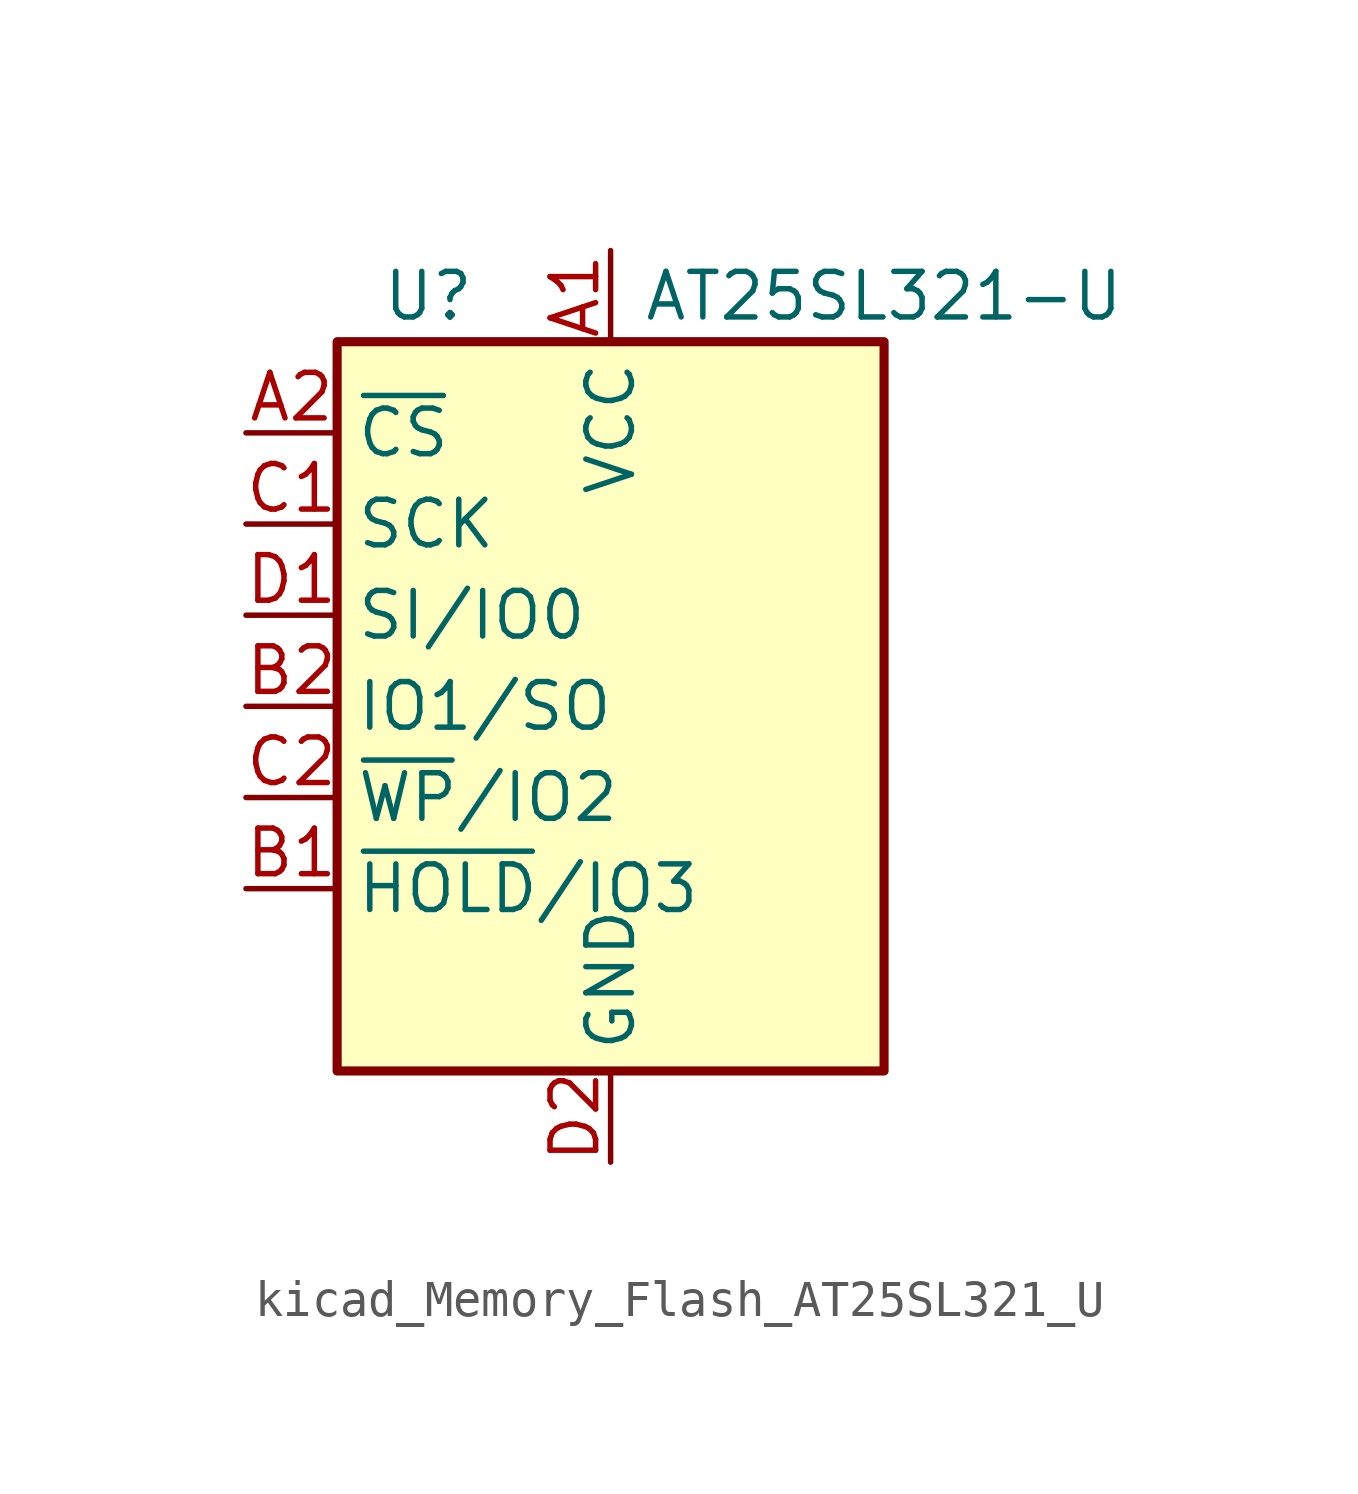
<source format=kicad_sym>
(kicad_symbol_lib
  (version 20220914)
  (generator kicad_symbol_editor)
  (symbol "kicad_Memory_Flash_AT25SL321_U"
    (property "Reference" "U"
      (at -5.08 11.43 0)
      (effects (font (size 1.27 1.27))))
    (property "Value" "AT25SL321-U"
      (at 7.62 11.43 0)
      (effects (font (size 1.27 1.27))))
    (symbol "kicad_Memory_Flash_AT25SL321_U_0_1"
      (rectangle (start -7.62 10.16) (end 7.62 -10.16) (stroke (width 0.254) (type default)) (fill (type background))))
    (symbol "kicad_Memory_Flash_AT25SL321_U_1_1"
      (pin power_in line (at 0 12.7 270) (length 2.54) (name "VCC" (effects (font (size 1.27 1.27)))) (number "A1" (effects (font (size 1.27 1.27)))))
      (pin input line (at -10.16 7.62 0) (length 2.54) (name "~{CS}" (effects (font (size 1.27 1.27)))) (number "A2" (effects (font (size 1.27 1.27)))))
      (pin bidirectional line (at -10.16 -5.08 0) (length 2.54) (name "~{HOLD}/IO3" (effects (font (size 1.27 1.27)))) (number "B1" (effects (font (size 1.27 1.27)))))
      (pin bidirectional line (at -10.16 0 0) (length 2.54) (name "IO1/SO" (effects (font (size 1.27 1.27)))) (number "B2" (effects (font (size 1.27 1.27)))))
      (pin input line (at -10.16 5.08 0) (length 2.54) (name "SCK" (effects (font (size 1.27 1.27)))) (number "C1" (effects (font (size 1.27 1.27)))))
      (pin bidirectional line (at -10.16 -2.54 0) (length 2.54) (name "~{WP}/IO2" (effects (font (size 1.27 1.27)))) (number "C2" (effects (font (size 1.27 1.27)))))
      (pin bidirectional line (at -10.16 2.54 0) (length 2.54) (name "SI/IO0" (effects (font (size 1.27 1.27)))) (number "D1" (effects (font (size 1.27 1.27)))))
      (pin power_in line (at 0 -12.7 90) (length 2.54) (name "GND" (effects (font (size 1.27 1.27)))) (number "D2" (effects (font (size 1.27 1.27))))))))
</source>
